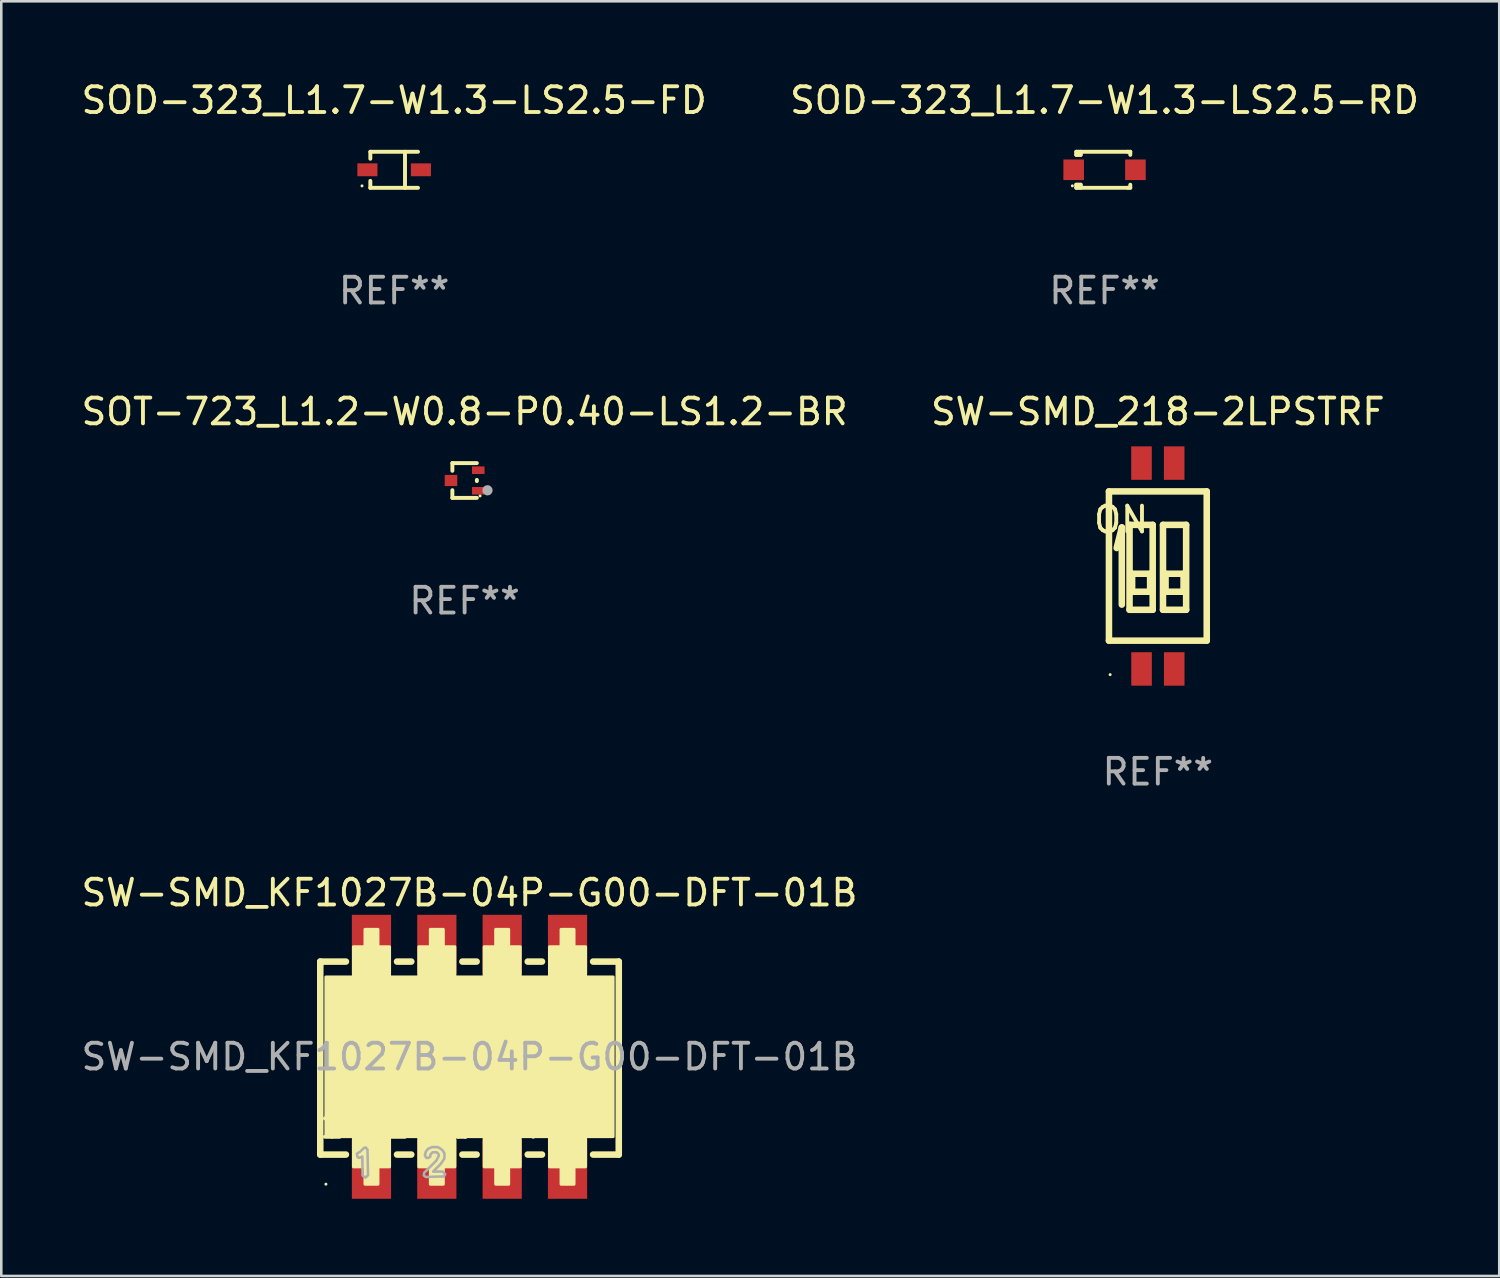
<source format=kicad_pcb>
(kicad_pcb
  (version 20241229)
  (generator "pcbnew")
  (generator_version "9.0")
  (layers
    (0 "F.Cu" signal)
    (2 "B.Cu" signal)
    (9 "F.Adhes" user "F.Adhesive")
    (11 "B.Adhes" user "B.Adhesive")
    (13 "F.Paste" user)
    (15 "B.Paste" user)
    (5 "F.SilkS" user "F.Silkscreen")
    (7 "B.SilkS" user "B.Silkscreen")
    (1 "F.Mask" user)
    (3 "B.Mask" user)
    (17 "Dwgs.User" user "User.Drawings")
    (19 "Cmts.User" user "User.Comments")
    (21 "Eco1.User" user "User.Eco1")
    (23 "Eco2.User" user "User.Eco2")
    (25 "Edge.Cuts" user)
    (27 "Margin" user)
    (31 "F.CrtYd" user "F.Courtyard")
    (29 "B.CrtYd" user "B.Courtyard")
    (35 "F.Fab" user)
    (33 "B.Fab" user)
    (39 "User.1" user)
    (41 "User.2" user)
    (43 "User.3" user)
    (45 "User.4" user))
  (footprint "SW-SMD_218-2LPSTRF"
    (layer "F.Cu")
    (at 41.947 18.947)
    (property "Reference" "SW-SMD_218-2LPSTRF" (at -0.001 -6 0) (layer "F.SilkS") (effects (font (size 1 1) (thickness 0.15))))
    (attr smd)
    (fp_line (start -1.901 -2.9) (end -1.901 2.9) (stroke (width 0.254) (type solid)) (layer "F.SilkS"))
    (fp_line (start -1.901 2.9) (end 1.899 2.9) (stroke (width 0.254) (type solid)) (layer "F.SilkS"))
    (fp_line (start -1.401 -1.5) (end -1.601 -0.7) (stroke (width 0.254) (type solid)) (layer "F.SilkS"))
    (fp_line (start -1.401 1.5) (end -1.401 -1.5) (stroke (width 0.254) (type solid)) (layer "F.SilkS"))
    (fp_line (start -1.101 -1.6) (end -0.201 -1.6) (stroke (width 0.254) (type solid)) (layer "F.SilkS"))
    (fp_line (start -1.101 1.7) (end -1.101 -1.6) (stroke (width 0.254) (type solid)) (layer "F.SilkS"))
    (fp_line (start -1.001 0.3) (end -1.001 1) (stroke (width 0.254) (type solid)) (layer "F.SilkS"))
    (fp_line (start -1.001 1) (end -0.301 1) (stroke (width 0.254) (type solid)) (layer "F.SilkS"))
    (fp_line (start -0.301 0.3) (end -1.001 0.3) (stroke (width 0.254) (type solid)) (layer "F.SilkS"))
    (fp_line (start -0.301 1) (end -0.301 0.3) (stroke (width 0.254) (type solid)) (layer "F.SilkS"))
    (fp_line (start -0.201 -1.6) (end -0.201 1.7) (stroke (width 0.254) (type solid)) (layer "F.SilkS"))
    (fp_line (start -0.201 1.7) (end -1.101 1.7) (stroke (width 0.254) (type solid)) (layer "F.SilkS"))
    (fp_line (start 0.199 -1.6) (end 1.099 -1.6) (stroke (width 0.254) (type solid)) (layer "F.SilkS"))
    (fp_line (start 0.199 1.7) (end 0.199 -1.6) (stroke (width 0.254) (type solid)) (layer "F.SilkS"))
    (fp_line (start 0.299 0.3) (end 0.299 1) (stroke (width 0.254) (type solid)) (layer "F.SilkS"))
    (fp_line (start 0.299 1) (end 0.999 1) (stroke (width 0.254) (type solid)) (layer "F.SilkS"))
    (fp_line (start 0.999 0.3) (end 0.299 0.3) (stroke (width 0.254) (type solid)) (layer "F.SilkS"))
    (fp_line (start 0.999 1) (end 0.999 0.3) (stroke (width 0.254) (type solid)) (layer "F.SilkS"))
    (fp_line (start 1.099 -1.6) (end 1.099 1.7) (stroke (width 0.254) (type solid)) (layer "F.SilkS"))
    (fp_line (start 1.099 1.7) (end 0.199 1.7) (stroke (width 0.254) (type solid)) (layer "F.SilkS"))
    (fp_line (start 1.899 -2.9) (end -1.901 -2.9) (stroke (width 0.254) (type solid)) (layer "F.SilkS"))
    (fp_line (start 1.899 2.9) (end 1.899 -2.9) (stroke (width 0.254) (type solid)) (layer "F.SilkS"))
    (fp_circle (center -1.855 4.22) (end -1.825 4.22) (stroke (width 0.06) (type solid)) (fill no) (layer "F.SilkS"))
    (fp_text user "ON" (at -1.427 -1.801 0) (layer "F.SilkS") (effects (font (size 1 1) (thickness 0.15))))
    (fp_text user "REF**" (at -0.001 8 0) (layer "F.Fab") (effects (font (size 1 1) (thickness 0.15))))
    (pad "1" smd rect (at -0.634 4 90) (size 1.3 0.8) (layers "F.Cu" "F.Mask" "F.Paste"))
    (pad "2" smd rect (at 0.636 4 90) (size 1.3 0.8) (layers "F.Cu" "F.Mask" "F.Paste"))
    (pad "3" smd rect (at 0.634 -4 90) (size 1.3 0.8) (layers "F.Cu" "F.Mask" "F.Paste"))
    (pad "4" smd rect (at -0.636 -4 90) (size 1.3 0.8) (layers "F.Cu" "F.Mask" "F.Paste")))
  (footprint "SOT-723_L1.2-W0.8-P0.40-LS1.2-BR"
    (layer "F.Cu")
    (at 15.006 15.623)
    (property "Reference" "SOT-723_L1.2-W0.8-P0.40-LS1.2-BR" (at 0 -2.676 0) (layer "F.SilkS") (effects (font (size 1 1) (thickness 0.15))))
    (attr smd)
    (fp_line (start -0.476 -0.676) (end -0.476 -0.376) (stroke (width 0.152) (type solid)) (layer "F.SilkS"))
    (fp_line (start -0.476 0.676) (end -0.476 0.376) (stroke (width 0.152) (type solid)) (layer "F.SilkS"))
    (fp_line (start 0.476 -0.676) (end -0.476 -0.676) (stroke (width 0.152) (type solid)) (layer "F.SilkS"))
    (fp_line (start 0.476 -0.024) (end 0.476 0.024) (stroke (width 0.152) (type solid)) (layer "F.SilkS"))
    (fp_line (start 0.476 0.676) (end -0.476 0.676) (stroke (width 0.152) (type solid)) (layer "F.SilkS"))
    (fp_circle (center 0.6 0.6) (end 0.63 0.6) (stroke (width 0.06) (type solid)) (fill no) (layer "F.SilkS"))
    (fp_circle (center 0.889 0.381) (end 0.989 0.381) (stroke (width 0.2) (type solid)) (fill no) (layer "F.Fab"))
    (fp_text user "REF**" (at 0 4.676 0) (layer "F.Fab") (effects (font (size 1 1) (thickness 0.15))))
    (pad "1" smd rect (at 0.53 0.4) (size 0.489 0.294) (layers "F.Cu" "F.Mask" "F.Paste"))
    (pad "2" smd rect (at 0.53 -0.4) (size 0.489 0.294) (layers "F.Cu" "F.Mask" "F.Paste"))
    (pad "3" smd rect (at -0.53 0) (size 0.489 0.434) (layers "F.Cu" "F.Mask" "F.Paste")))
  (footprint "SW-SMD_KF1027B-04P-G00-DFT-01B"
    (layer "F.Cu")
    (at 15.196 38.019)
    (property "Reference" "SW-SMD_KF1027B-04P-G00-DFT-01B" (at 0 -6.375 0) (layer "F.SilkS") (effects (font (size 1 1) (thickness 0.15))))
    (attr smd)
    (fp_line (start -5.8 -3.7) (end -4.803 -3.7) (stroke (width 0.254) (type solid)) (layer "F.SilkS"))
    (fp_line (start -5.8 -3.6) (end -5.8 -3.7) (stroke (width 0.254) (type solid)) (layer "F.SilkS"))
    (fp_line (start -5.8 3.8) (end -5.8 -3.6) (stroke (width 0.254) (type solid)) (layer "F.SilkS"))
    (fp_line (start -4.803 3.8) (end -5.8 3.8) (stroke (width 0.254) (type solid)) (layer "F.SilkS"))
    (fp_line (start -4.572 -2.343) (end -3.048 -2.343) (stroke (width 0.254) (type solid)) (layer "F.SilkS"))
    (fp_line (start -4.572 0.705) (end -3.048 0.705) (stroke (width 0.254) (type solid)) (layer "F.SilkS"))
    (fp_line (start -4.572 1.213) (end -3.556 1.975) (stroke (width 0.254) (type solid)) (layer "F.SilkS"))
    (fp_line (start -4.572 1.975) (end -3.048 1.975) (stroke (width 0.254) (type solid)) (layer "F.SilkS"))
    (fp_line (start -4.572 2.483) (end -4.572 -2.343) (stroke (width 0.254) (type solid)) (layer "F.SilkS"))
    (fp_line (start -3.81 0.705) (end -3.048 1.213) (stroke (width 0.254) (type solid)) (layer "F.SilkS"))
    (fp_line (start -3.048 -2.343) (end -3.048 2.483) (stroke (width 0.254) (type solid)) (layer "F.SilkS"))
    (fp_line (start -3.048 1.721) (end -4.572 0.705) (stroke (width 0.254) (type solid)) (layer "F.SilkS"))
    (fp_line (start -3.048 2.483) (end -4.572 2.483) (stroke (width 0.254) (type solid)) (layer "F.SilkS"))
    (fp_line (start -2.817 -3.7) (end -2.263 -3.7) (stroke (width 0.254) (type solid)) (layer "F.SilkS"))
    (fp_line (start -2.263 3.8) (end -2.817 3.8) (stroke (width 0.254) (type solid)) (layer "F.SilkS"))
    (fp_line (start -2.032 -2.343) (end -2.032 2.483) (stroke (width 0.254) (type solid)) (layer "F.SilkS"))
    (fp_line (start -2.032 0.705) (end -0.508 1.721) (stroke (width 0.254) (type solid)) (layer "F.SilkS"))
    (fp_line (start -2.032 1.213) (end -1.016 1.975) (stroke (width 0.254) (type solid)) (layer "F.SilkS"))
    (fp_line (start -2.032 1.975) (end -0.508 1.975) (stroke (width 0.254) (type solid)) (layer "F.SilkS"))
    (fp_line (start -2.032 2.483) (end -0.508 2.483) (stroke (width 0.254) (type solid)) (layer "F.SilkS"))
    (fp_line (start -1.27 0.705) (end -0.508 1.213) (stroke (width 0.254) (type solid)) (layer "F.SilkS"))
    (fp_line (start -0.508 -2.343) (end -2.032 -2.343) (stroke (width 0.254) (type solid)) (layer "F.SilkS"))
    (fp_line (start -0.508 0.705) (end -2.032 0.705) (stroke (width 0.254) (type solid)) (layer "F.SilkS"))
    (fp_line (start -0.508 2.483) (end -0.508 -2.343) (stroke (width 0.254) (type solid)) (layer "F.SilkS"))
    (fp_line (start -0.277 -3.7) (end 0.277 -3.7) (stroke (width 0.254) (type solid)) (layer "F.SilkS"))
    (fp_line (start 0.277 3.8) (end -0.277 3.8) (stroke (width 0.254) (type solid)) (layer "F.SilkS"))
    (fp_line (start 0.508 -2.343) (end 2.032 -2.343) (stroke (width 0.254) (type solid)) (layer "F.SilkS"))
    (fp_line (start 0.508 0.705) (end 2.032 0.705) (stroke (width 0.254) (type solid)) (layer "F.SilkS"))
    (fp_line (start 0.508 1.213) (end 1.524 1.975) (stroke (width 0.254) (type solid)) (layer "F.SilkS"))
    (fp_line (start 0.508 1.975) (end 2.032 1.975) (stroke (width 0.254) (type solid)) (layer "F.SilkS"))
    (fp_line (start 0.508 2.483) (end 0.508 -2.343) (stroke (width 0.254) (type solid)) (layer "F.SilkS"))
    (fp_line (start 1.27 0.705) (end 2.032 1.213) (stroke (width 0.254) (type solid)) (layer "F.SilkS"))
    (fp_line (start 2.032 -2.343) (end 2.032 2.483) (stroke (width 0.254) (type solid)) (layer "F.SilkS"))
    (fp_line (start 2.032 1.721) (end 0.508 0.705) (stroke (width 0.254) (type solid)) (layer "F.SilkS"))
    (fp_line (start 2.032 2.483) (end 0.508 2.483) (stroke (width 0.254) (type solid)) (layer "F.SilkS"))
    (fp_line (start 2.263 -3.7) (end 2.817 -3.7) (stroke (width 0.254) (type solid)) (layer "F.SilkS"))
    (fp_line (start 2.817 3.8) (end 2.263 3.8) (stroke (width 0.254) (type solid)) (layer "F.SilkS"))
    (fp_line (start 3.048 -2.343) (end 3.048 2.483) (stroke (width 0.254) (type solid)) (layer "F.SilkS"))
    (fp_line (start 3.048 0.705) (end 4.572 1.721) (stroke (width 0.254) (type solid)) (layer "F.SilkS"))
    (fp_line (start 3.048 1.213) (end 4.064 1.975) (stroke (width 0.254) (type solid)) (layer "F.SilkS"))
    (fp_line (start 3.048 1.975) (end 4.572 1.975) (stroke (width 0.254) (type solid)) (layer "F.SilkS"))
    (fp_line (start 3.048 2.483) (end 4.572 2.483) (stroke (width 0.254) (type solid)) (layer "F.SilkS"))
    (fp_line (start 3.81 0.705) (end 4.572 1.213) (stroke (width 0.254) (type solid)) (layer "F.SilkS"))
    (fp_line (start 4.572 -2.343) (end 3.048 -2.343) (stroke (width 0.254) (type solid)) (layer "F.SilkS"))
    (fp_line (start 4.572 0.705) (end 3.048 0.705) (stroke (width 0.254) (type solid)) (layer "F.SilkS"))
    (fp_line (start 4.572 2.483) (end 4.572 -2.343) (stroke (width 0.254) (type solid)) (layer "F.SilkS"))
    (fp_line (start 4.803 -3.7) (end 5.8 -3.7) (stroke (width 0.254) (type solid)) (layer "F.SilkS"))
    (fp_line (start 5.8 -3.7) (end 5.8 3.8) (stroke (width 0.254) (type solid)) (layer "F.SilkS"))
    (fp_line (start 5.8 3.8) (end 4.803 3.8) (stroke (width 0.254) (type solid)) (layer "F.SilkS"))
    (fp_circle (center -5.58 4.95) (end -5.55 4.95) (stroke (width 0.06) (type solid)) (fill no) (layer "F.SilkS"))
    (fp_poly (pts (xy -5.58 -3.1) (xy 5.58 -3.1) (xy 5.58 3.1) (xy -5.58 3.1)) (stroke (width 0.12) (type solid)) (fill yes) (layer "F.SilkS"))
    (fp_poly (pts (xy -4.51 -4.275) (xy -3.11 -4.275) (xy -3.11 -2.975) (xy -4.51 -2.975)) (stroke (width 0.12) (type solid)) (fill yes) (layer "F.SilkS"))
    (fp_poly (pts (xy -4.06 -4.25) (xy -4.06 -4.95) (xy -3.56 -4.95) (xy -3.56 -4.25)) (stroke (width 0.12) (type solid)) (fill yes) (layer "F.SilkS"))
    (fp_poly (pts (xy -4.06 4.95) (xy -4.06 4.25) (xy -3.56 4.25) (xy -3.56 4.95)) (stroke (width 0.12) (type solid)) (fill yes) (layer "F.SilkS"))
    (fp_poly (pts (xy -3.11 4.275) (xy -4.51 4.275) (xy -4.51 2.975) (xy -3.11 2.975)) (stroke (width 0.12) (type solid)) (fill yes) (layer "F.SilkS"))
    (fp_poly (pts (xy -1.97 -4.275) (xy -0.57 -4.275) (xy -0.57 -2.975) (xy -1.97 -2.975)) (stroke (width 0.12) (type solid)) (fill yes) (layer "F.SilkS"))
    (fp_poly (pts (xy -1.52 -4.25) (xy -1.52 -4.95) (xy -1.02 -4.95) (xy -1.02 -4.25)) (stroke (width 0.12) (type solid)) (fill yes) (layer "F.SilkS"))
    (fp_poly (pts (xy -1.52 4.95) (xy -1.52 4.25) (xy -1.02 4.25) (xy -1.02 4.95)) (stroke (width 0.12) (type solid)) (fill yes) (layer "F.SilkS"))
    (fp_poly (pts (xy -0.57 4.275) (xy -1.97 4.275) (xy -1.97 2.975) (xy -0.57 2.975)) (stroke (width 0.12) (type solid)) (fill yes) (layer "F.SilkS"))
    (fp_poly (pts (xy 0.57 -4.275) (xy 1.97 -4.275) (xy 1.97 -2.975) (xy 0.57 -2.975)) (stroke (width 0.12) (type solid)) (fill yes) (layer "F.SilkS"))
    (fp_poly (pts (xy 1.02 -4.25) (xy 1.02 -4.95) (xy 1.52 -4.95) (xy 1.52 -4.25)) (stroke (width 0.12) (type solid)) (fill yes) (layer "F.SilkS"))
    (fp_poly (pts (xy 1.02 4.95) (xy 1.02 4.25) (xy 1.52 4.25) (xy 1.52 4.95)) (stroke (width 0.12) (type solid)) (fill yes) (layer "F.SilkS"))
    (fp_poly (pts (xy 1.97 4.275) (xy 0.57 4.275) (xy 0.57 2.975) (xy 1.97 2.975)) (stroke (width 0.12) (type solid)) (fill yes) (layer "F.SilkS"))
    (fp_poly (pts (xy 3.11 -4.275) (xy 4.51 -4.275) (xy 4.51 -2.975) (xy 3.11 -2.975)) (stroke (width 0.12) (type solid)) (fill yes) (layer "F.SilkS"))
    (fp_poly (pts (xy 3.56 -4.25) (xy 3.56 -4.95) (xy 4.06 -4.95) (xy 4.06 -4.25)) (stroke (width 0.12) (type solid)) (fill yes) (layer "F.SilkS"))
    (fp_poly (pts (xy 3.56 4.95) (xy 3.56 4.25) (xy 4.06 4.25) (xy 4.06 4.95)) (stroke (width 0.12) (type solid)) (fill yes) (layer "F.SilkS"))
    (fp_poly (pts (xy 4.51 4.275) (xy 3.11 4.275) (xy 3.11 2.975) (xy 4.51 2.975)) (stroke (width 0.12) (type solid)) (fill yes) (layer "F.SilkS"))
    (fp_poly (pts (xy -4.355 3.885) (xy -4.325 3.915) (xy -4.265 3.925) (xy -4.165 3.875) (xy -4.155 4.615) (xy -4.045 4.695) (xy -3.945 4.605) (xy -3.965 3.605) (xy -4.035 3.525) (xy -4.105 3.545) (xy -4.245 3.685) (xy -4.375 3.765)) (stroke (width 0.1) (type solid)) (fill no) (layer "F.Fab"))
    (fp_poly (pts (xy -1.595 3.93) (xy -1.525 3.88) (xy -1.525 3.81) (xy -1.475 3.75) (xy -1.435 3.71) (xy -1.275 3.71) (xy -1.205 3.78) (xy -1.195 3.85) (xy -1.285 4.03) (xy -1.765 4.51) (xy -1.775 4.61) (xy -1.705 4.67) (xy -0.995 4.65) (xy -0.945 4.56) (xy -1.045 4.46) (xy -1.415 4.46) (xy -1.115 4.16) (xy -0.975 3.95) (xy -0.975 3.75) (xy -1.045 3.64) (xy -1.125 3.57) (xy -1.235 3.51) (xy -1.465 3.51) (xy -1.615 3.58) (xy -1.695 3.68) (xy -1.735 3.83) (xy -1.675 3.93)) (stroke (width 0.1) (type solid)) (fill no) (layer "F.Fab"))
    (fp_text user "ON" (at 3.7 -1.6 0) (layer "F.SilkS") (effects (font (size 1 1) (thickness 0.15))))
    (fp_text user "3" (at -0.254 2.654 0) (layer "F.SilkS") (effects (font (size 1 1) (thickness 0.15))))
    (fp_text user "ON" (at -3.92 -1.6 0) (layer "F.SilkS") (effects (font (size 1 1) (thickness 0.15))))
    (fp_text user "2" (at -2.794 2.654 0) (layer "F.SilkS") (effects (font (size 1 1) (thickness 0.15))))
    (fp_text user "ON" (at -1.38 -1.6 0) (layer "F.SilkS") (effects (font (size 1 1) (thickness 0.15))))
    (fp_text user "4" (at 2.286 2.654 0) (layer "F.SilkS") (effects (font (size 1 1) (thickness 0.15))))
    (fp_text user "1" (at -5.334 2.654 0) (layer "F.SilkS") (effects (font (size 1 1) (thickness 0.15))))
    (fp_text user "ON" (at 1.16 -1.6 0) (layer "F.SilkS") (effects (font (size 1 1) (thickness 0.15))))
    (fp_text user "${REFERENCE}" (at 0 0 0) (layer "F.Fab") (effects (font (size 1 1) (thickness 0.15))))
    (pad "1" smd rect (at -3.81 4.375 270) (size 2.286 1.524) (layers "F.Cu" "F.Mask" "F.Paste"))
    (pad "2" smd rect (at -1.27 4.375 270) (size 2.286 1.524) (layers "F.Cu" "F.Mask" "F.Paste"))
    (pad "3" smd rect (at 1.27 4.375 270) (size 2.286 1.524) (layers "F.Cu" "F.Mask" "F.Paste"))
    (pad "4" smd rect (at 3.81 4.375 270) (size 2.286 1.524) (layers "F.Cu" "F.Mask" "F.Paste"))
    (pad "5" smd rect (at 3.81 -4.375 270) (size 2.286 1.524) (layers "F.Cu" "F.Mask" "F.Paste"))
    (pad "6" smd rect (at 1.27 -4.375 270) (size 2.286 1.524) (layers "F.Cu" "F.Mask" "F.Paste"))
    (pad "7" smd rect (at -1.27 -4.375 270) (size 2.286 1.524) (layers "F.Cu" "F.Mask" "F.Paste"))
    (pad "8" smd rect (at -3.81 -4.375 270) (size 2.286 1.524) (layers "F.Cu" "F.Mask" "F.Paste")))
  (footprint "SOD-323_L1.7-W1.3-LS2.5-RD"
    (layer "F.Cu")
    (at 39.875 3.548)
    (property "Reference" "SOD-323_L1.7-W1.3-LS2.5-RD" (at 0 -2.7 0) (layer "F.SilkS") (effects (font (size 1 1) (thickness 0.15))))
    (attr smd)
    (fp_line (start -1.1 -0.7) (end -1.1 -0.58) (stroke (width 0.152) (type solid)) (layer "F.SilkS"))
    (fp_line (start -1.1 0.58) (end -1.1 0.7) (stroke (width 0.152) (type solid)) (layer "F.SilkS"))
    (fp_line (start -1.1 0.58) (end -0.927 0.58) (stroke (width 0.152) (type solid)) (layer "F.SilkS"))
    (fp_line (start -1.1 0.7) (end 0.9 0.7) (stroke (width 0.152) (type solid)) (layer "F.SilkS"))
    (fp_line (start -1.014 -0.58) (end -1.014 -0.7) (stroke (width 0.152) (type solid)) (layer "F.SilkS"))
    (fp_line (start -1.014 0.7) (end -1.014 0.58) (stroke (width 0.152) (type solid)) (layer "F.SilkS"))
    (fp_line (start -0.927 -0.7) (end -0.927 -0.58) (stroke (width 0.152) (type solid)) (layer "F.SilkS"))
    (fp_line (start -0.927 -0.58) (end -1.1 -0.58) (stroke (width 0.152) (type solid)) (layer "F.SilkS"))
    (fp_line (start -0.927 0.58) (end -0.927 0.7) (stroke (width 0.152) (type solid)) (layer "F.SilkS"))
    (fp_line (start 0.9 -0.7) (end -1.1 -0.7) (stroke (width 0.152) (type solid)) (layer "F.SilkS"))
    (fp_line (start 0.9 0.7) (end 1 0.7) (stroke (width 0.152) (type solid)) (layer "F.SilkS"))
    (fp_line (start 1 -0.7) (end 0.9 -0.7) (stroke (width 0.152) (type solid)) (layer "F.SilkS"))
    (fp_line (start 1 -0.58) (end 1 -0.7) (stroke (width 0.152) (type solid)) (layer "F.SilkS"))
    (fp_line (start 1 0.7) (end 1 0.58) (stroke (width 0.152) (type solid)) (layer "F.SilkS"))
    (fp_circle (center -1.25 0.625) (end -1.22 0.625) (stroke (width 0.06) (type solid)) (fill no) (layer "F.SilkS"))
    (fp_text user "REF**" (at 0 4.7 0) (layer "F.Fab") (effects (font (size 1 1) (thickness 0.15))))
    (pad "1" smd rect (at -1.2 0) (size 0.8 0.8) (layers "F.Cu" "F.Mask" "F.Paste"))
    (pad "2" smd rect (at 1.2 0) (size 0.8 0.8) (layers "F.Cu" "F.Mask" "F.Paste")))
  (footprint "SOD-323_L1.7-W1.3-LS2.5-FD"
    (layer "F.Cu")
    (at 12.268 3.549)
    (property "Reference" "SOD-323_L1.7-W1.3-LS2.5-FD" (at 0 -2.701 0) (layer "F.SilkS") (effects (font (size 1 1) (thickness 0.15))))
    (attr smd)
    (fp_line (start -0.926 -0.701) (end -0.926 -0.43) (stroke (width 0.152) (type solid)) (layer "F.SilkS"))
    (fp_line (start -0.926 -0.701) (end 0.926 -0.701) (stroke (width 0.152) (type solid)) (layer "F.SilkS"))
    (fp_line (start -0.926 0.43) (end -0.926 0.701) (stroke (width 0.152) (type solid)) (layer "F.SilkS"))
    (fp_line (start -0.926 0.701) (end 0.926 0.701) (stroke (width 0.152) (type solid)) (layer "F.SilkS"))
    (fp_line (start 0.421 -0.701) (end 0.421 0.701) (stroke (width 0.152) (type solid)) (layer "F.SilkS"))
    (fp_circle (center -1.25 0.625) (end -1.22 0.625) (stroke (width 0.06) (type solid)) (fill no) (layer "F.SilkS"))
    (fp_text user "REF**" (at 0 4.701 0) (layer "F.Fab") (effects (font (size 1 1) (thickness 0.15))))
    (pad "1" smd rect (at -1.04 0) (size 0.78 0.5) (layers "F.Cu" "F.Mask" "F.Paste"))
    (pad "2" smd rect (at 1.04 0) (size 0.78 0.5) (layers "F.Cu" "F.Mask" "F.Paste")))
  (gr_rect
    (start -3 -3)
    (end 55.214 46.537)
    (stroke (width 0.1) (type default))
    (fill no)
    (layer "Edge.Cuts")))
</source>
